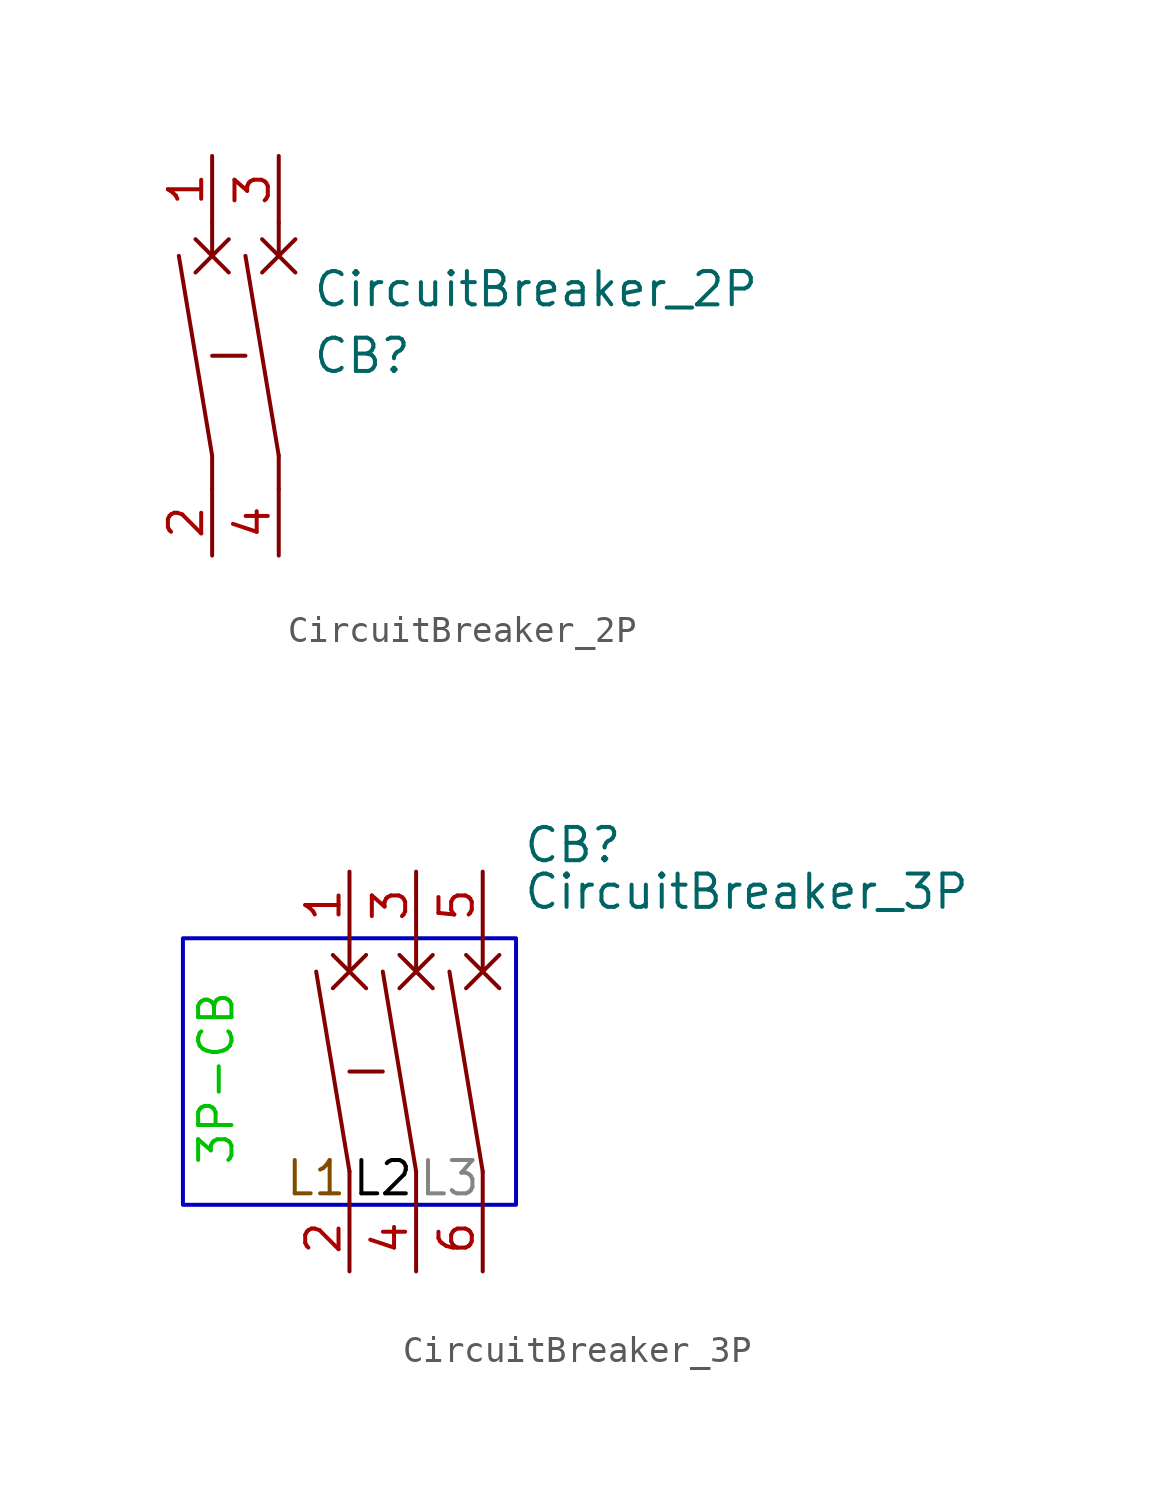
<source format=kicad_sym>
(kicad_symbol_lib
  (version 20231120)
  (generator "kicad_symbol_editor")
  (generator_version "8.0")
  (symbol "CircuitBreaker_2P"
    (property "Reference" "CB"
      (at 3.81 0 0)
      (effects (font (size 1.27 1.27)) (justify left)))
    (property "Value" "CircuitBreaker_2P"
      (at 3.81 2.54 0)
      (effects (font (size 1.27 1.27)) (justify left)))
    (symbol "CircuitBreaker_2P_0_1"
      (polyline (pts (xy 0 -3.81) (xy -1.27 3.81)) (stroke (width 0) (type default)) (fill (type none)))
      (polyline (pts (xy 0 0) (xy 1.27 0)) (stroke (width 0) (type default)) (fill (type none)))
      (polyline (pts (xy 2.54 -5.08) (xy 2.54 -3.81)) (stroke (width 0) (type default)) (fill (type none)))
      (polyline (pts (xy 2.54 -3.81) (xy 1.27 3.81)) (stroke (width 0) (type default)) (fill (type none))))
    (symbol "CircuitBreaker_2P_1_1"
      (polyline (pts (xy -0.635 4.445) (xy 0.635 3.175)) (stroke (width 0) (type default)) (fill (type none)))
      (polyline (pts (xy 0 -3.81) (xy 0 -5.08)) (stroke (width 0) (type default)) (fill (type none)))
      (polyline (pts (xy 0 5.08) (xy 0 3.81)) (stroke (width 0) (type default)) (fill (type none)))
      (polyline (pts (xy 0.635 4.445) (xy -0.635 3.175)) (stroke (width 0) (type default)) (fill (type none)))
      (polyline (pts (xy 1.905 4.445) (xy 3.175 3.175)) (stroke (width 0) (type default)) (fill (type none)))
      (polyline (pts (xy 2.54 5.08) (xy 2.54 3.81)) (stroke (width 0) (type default)) (fill (type none)))
      (polyline (pts (xy 3.175 4.445) (xy 1.905 3.175)) (stroke (width 0) (type default)) (fill (type none)))
      (pin passive line (at 0 7.62 270) (length 2.54) (name "~" (effects (font (size 1.27 1.27)))) (number "1" (effects (font (size 1.27 1.27)))))
      (pin passive line (at 0 -7.62 90) (length 2.54) (name "~" (effects (font (size 1.27 1.27)))) (number "2" (effects (font (size 1.27 1.27)))))
      (pin passive line (at 2.54 7.62 270) (length 2.54) (name "~" (effects (font (size 1.27 1.27)))) (number "3" (effects (font (size 1.27 1.27)))))
      (pin passive line (at 2.54 -7.62 90) (length 2.54) (name "~" (effects (font (size 1.27 1.27)))) (number "4" (effects (font (size 1.27 1.27)))))))
  (symbol "CircuitBreaker_3P"
    (property "Reference" "CB"
      (at 6.604 8.636 0)
      (effects (font (size 1.27 1.27)) (justify left)))
    (property "Value" "CircuitBreaker_3P"
      (at 6.604 6.858 0)
      (effects (font (size 1.27 1.27)) (justify left)))
    (symbol "CircuitBreaker_3P_0_1"
      (polyline (pts (xy 0 -3.81) (xy -1.27 3.81)) (stroke (width 0) (type default)) (fill (type none)))
      (polyline (pts (xy 0 0) (xy 1.27 0)) (stroke (width 0) (type default)) (fill (type none)))
      (polyline (pts (xy 2.54 -5.08) (xy 2.54 -3.81)) (stroke (width 0) (type default)) (fill (type none)))
      (polyline (pts (xy 2.54 -3.81) (xy 1.27 3.81)) (stroke (width 0) (type default)) (fill (type none)))
      (polyline (pts (xy 5.08 -5.08) (xy 5.08 -3.81)) (stroke (width 0) (type default)) (fill (type none)))
      (polyline (pts (xy 5.08 -3.81) (xy 3.81 3.81)) (stroke (width 0) (type default)) (fill (type none))))
    (symbol "CircuitBreaker_3P_1_0"
      (rectangle (start -6.35 5.08) (end 6.35 -5.08) (stroke (width 0) (type default) (color 0 0 194 1)) (fill (type color) (color 255 255 255 0.35)))
      (text "3P-CB" (at -5.08 -0.254 900) (effects (font (size 1.27 1.27) (color 0 194 0 1))))
      (text "L1" (at -1.27 -4.064 0) (effects (font (size 1.27 1.27) (color 128 77 0 1))))
      (text "L2" (at 1.27 -4.064 0) (effects (font (size 1.27 1.27) (color 0 0 0 1))))
      (text "L3\n" (at 3.81 -4.064 0) (effects (font (size 1.27 1.27) (color 132 132 132 1)))))
    (symbol "CircuitBreaker_3P_1_1"
      (polyline (pts (xy -0.635 4.445) (xy 0.635 3.175)) (stroke (width 0) (type default)) (fill (type none)))
      (polyline (pts (xy 0 -3.81) (xy 0 -5.08)) (stroke (width 0) (type default)) (fill (type none)))
      (polyline (pts (xy 0 5.08) (xy 0 3.81)) (stroke (width 0) (type default)) (fill (type none)))
      (polyline (pts (xy 0.635 4.445) (xy -0.635 3.175)) (stroke (width 0) (type default)) (fill (type none)))
      (polyline (pts (xy 1.905 4.445) (xy 3.175 3.175)) (stroke (width 0) (type default)) (fill (type none)))
      (polyline (pts (xy 2.54 5.08) (xy 2.54 3.81)) (stroke (width 0) (type default)) (fill (type none)))
      (polyline (pts (xy 3.175 4.445) (xy 1.905 3.175)) (stroke (width 0) (type default)) (fill (type none)))
      (polyline (pts (xy 4.445 4.445) (xy 5.715 3.175)) (stroke (width 0) (type default)) (fill (type none)))
      (polyline (pts (xy 5.08 5.08) (xy 5.08 3.81)) (stroke (width 0) (type default)) (fill (type none)))
      (polyline (pts (xy 5.715 4.445) (xy 4.445 3.175)) (stroke (width 0) (type default)) (fill (type none)))
      (pin passive line (at 0 7.62 270) (length 2.54) (name "~" (effects (font (size 1.27 1.27)))) (number "1" (effects (font (size 1.27 1.27)))))
      (pin passive line (at 0 -7.62 90) (length 2.54) (name "~" (effects (font (size 1.27 1.27)))) (number "2" (effects (font (size 1.27 1.27)))))
      (pin passive line (at 2.54 7.62 270) (length 2.54) (name "~" (effects (font (size 1.27 1.27)))) (number "3" (effects (font (size 1.27 1.27)))))
      (pin passive line (at 2.54 -7.62 90) (length 2.54) (name "~" (effects (font (size 1.27 1.27)))) (number "4" (effects (font (size 1.27 1.27)))))
      (pin passive line (at 5.08 7.62 270) (length 2.54) (name "~" (effects (font (size 1.27 1.27)))) (number "5" (effects (font (size 1.27 1.27)))))
      (pin passive line (at 5.08 -7.62 90) (length 2.54) (name "~" (effects (font (size 1.27 1.27)))) (number "6" (effects (font (size 1.27 1.27))))))))
</source>
